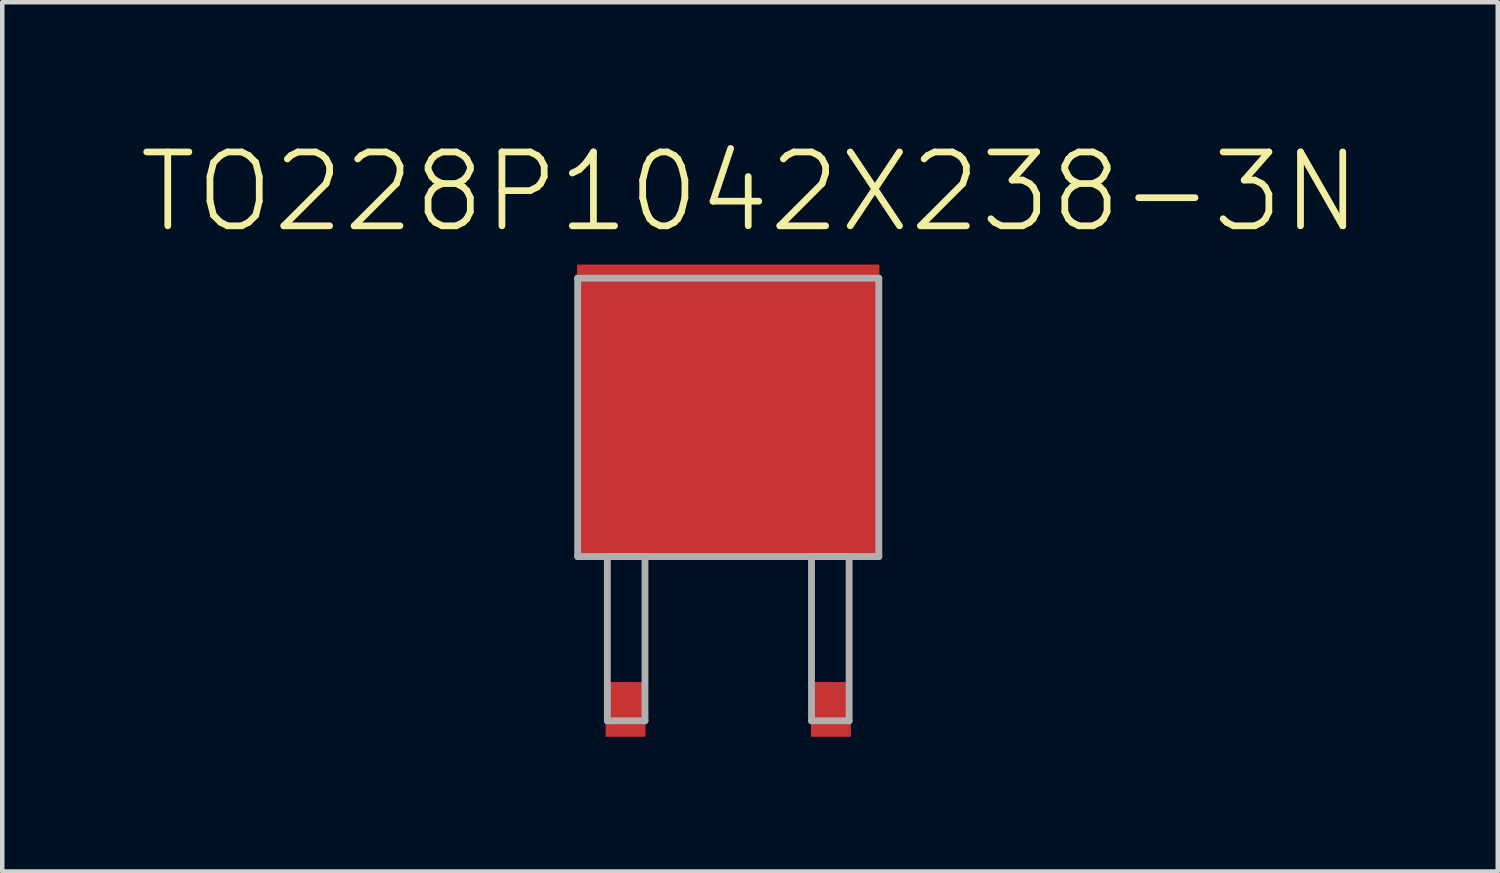
<source format=kicad_pcb>
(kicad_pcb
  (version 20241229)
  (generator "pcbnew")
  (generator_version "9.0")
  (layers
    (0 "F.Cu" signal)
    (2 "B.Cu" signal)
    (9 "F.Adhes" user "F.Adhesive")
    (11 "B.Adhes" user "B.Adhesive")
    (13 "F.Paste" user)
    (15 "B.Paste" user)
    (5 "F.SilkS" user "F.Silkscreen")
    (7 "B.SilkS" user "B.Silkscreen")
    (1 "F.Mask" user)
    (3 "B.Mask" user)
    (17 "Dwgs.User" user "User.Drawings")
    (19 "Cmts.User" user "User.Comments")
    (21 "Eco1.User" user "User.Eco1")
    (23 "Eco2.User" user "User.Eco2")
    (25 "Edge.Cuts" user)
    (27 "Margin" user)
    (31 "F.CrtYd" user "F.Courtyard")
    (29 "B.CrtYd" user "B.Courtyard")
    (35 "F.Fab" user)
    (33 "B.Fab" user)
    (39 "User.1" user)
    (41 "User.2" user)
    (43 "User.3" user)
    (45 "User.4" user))
  (footprint "TO228P1042X238-3N"
    (layer "F.Cu")
    (at 13.166 6.244)
    (property "Reference" "TO228P1042X238-3N" (at 0.484 -5.019 0) (layer "F.SilkS") (effects (font (size 1.645 1.645) (thickness 0.15))))
    (attr smd)
    (fp_line (start -3.353 -3.099) (end -3.353 3.099) (stroke (width 0.152) (type solid)) (layer "F.Fab"))
    (fp_line (start -3.353 3.099) (end 3.353 3.099) (stroke (width 0.152) (type solid)) (layer "F.Fab"))
    (fp_line (start -2.692 3.099) (end -2.692 6.756) (stroke (width 0.152) (type solid)) (layer "F.Fab"))
    (fp_line (start -2.692 6.756) (end -1.854 6.756) (stroke (width 0.152) (type solid)) (layer "F.Fab"))
    (fp_line (start -1.854 3.099) (end -2.692 3.099) (stroke (width 0.152) (type solid)) (layer "F.Fab"))
    (fp_line (start -1.854 6.756) (end -1.854 3.099) (stroke (width 0.152) (type solid)) (layer "F.Fab"))
    (fp_line (start 1.854 3.099) (end 1.854 6.756) (stroke (width 0.152) (type solid)) (layer "F.Fab"))
    (fp_line (start 1.854 6.756) (end 2.692 6.756) (stroke (width 0.152) (type solid)) (layer "F.Fab"))
    (fp_line (start 2.692 3.099) (end 1.854 3.099) (stroke (width 0.152) (type solid)) (layer "F.Fab"))
    (fp_line (start 2.692 6.756) (end 2.692 3.099) (stroke (width 0.152) (type solid)) (layer "F.Fab"))
    (fp_line (start 3.353 -3.099) (end -3.353 -3.099) (stroke (width 0.152) (type solid)) (layer "F.Fab"))
    (fp_line (start 3.353 3.099) (end 3.353 -3.099) (stroke (width 0.152) (type solid)) (layer "F.Fab"))
    (pad "1" smd rect (at -2.286 6.502) (size 0.889 1.219) (layers "F.Cu" "F.Mask" "F.Paste"))
    (pad "2" smd rect (at 0 -0.152) (size 6.731 6.502) (layers "F.Cu" "F.Mask" "F.Paste"))
    (pad "3" smd rect (at 2.286 6.502) (size 0.889 1.219) (layers "F.Cu" "F.Mask" "F.Paste")))
  (gr_rect
    (start -3 -3)
    (end 30.301 16.356)
    (stroke (width 0.1) (type default))
    (fill no)
    (layer "Edge.Cuts")))
</source>
